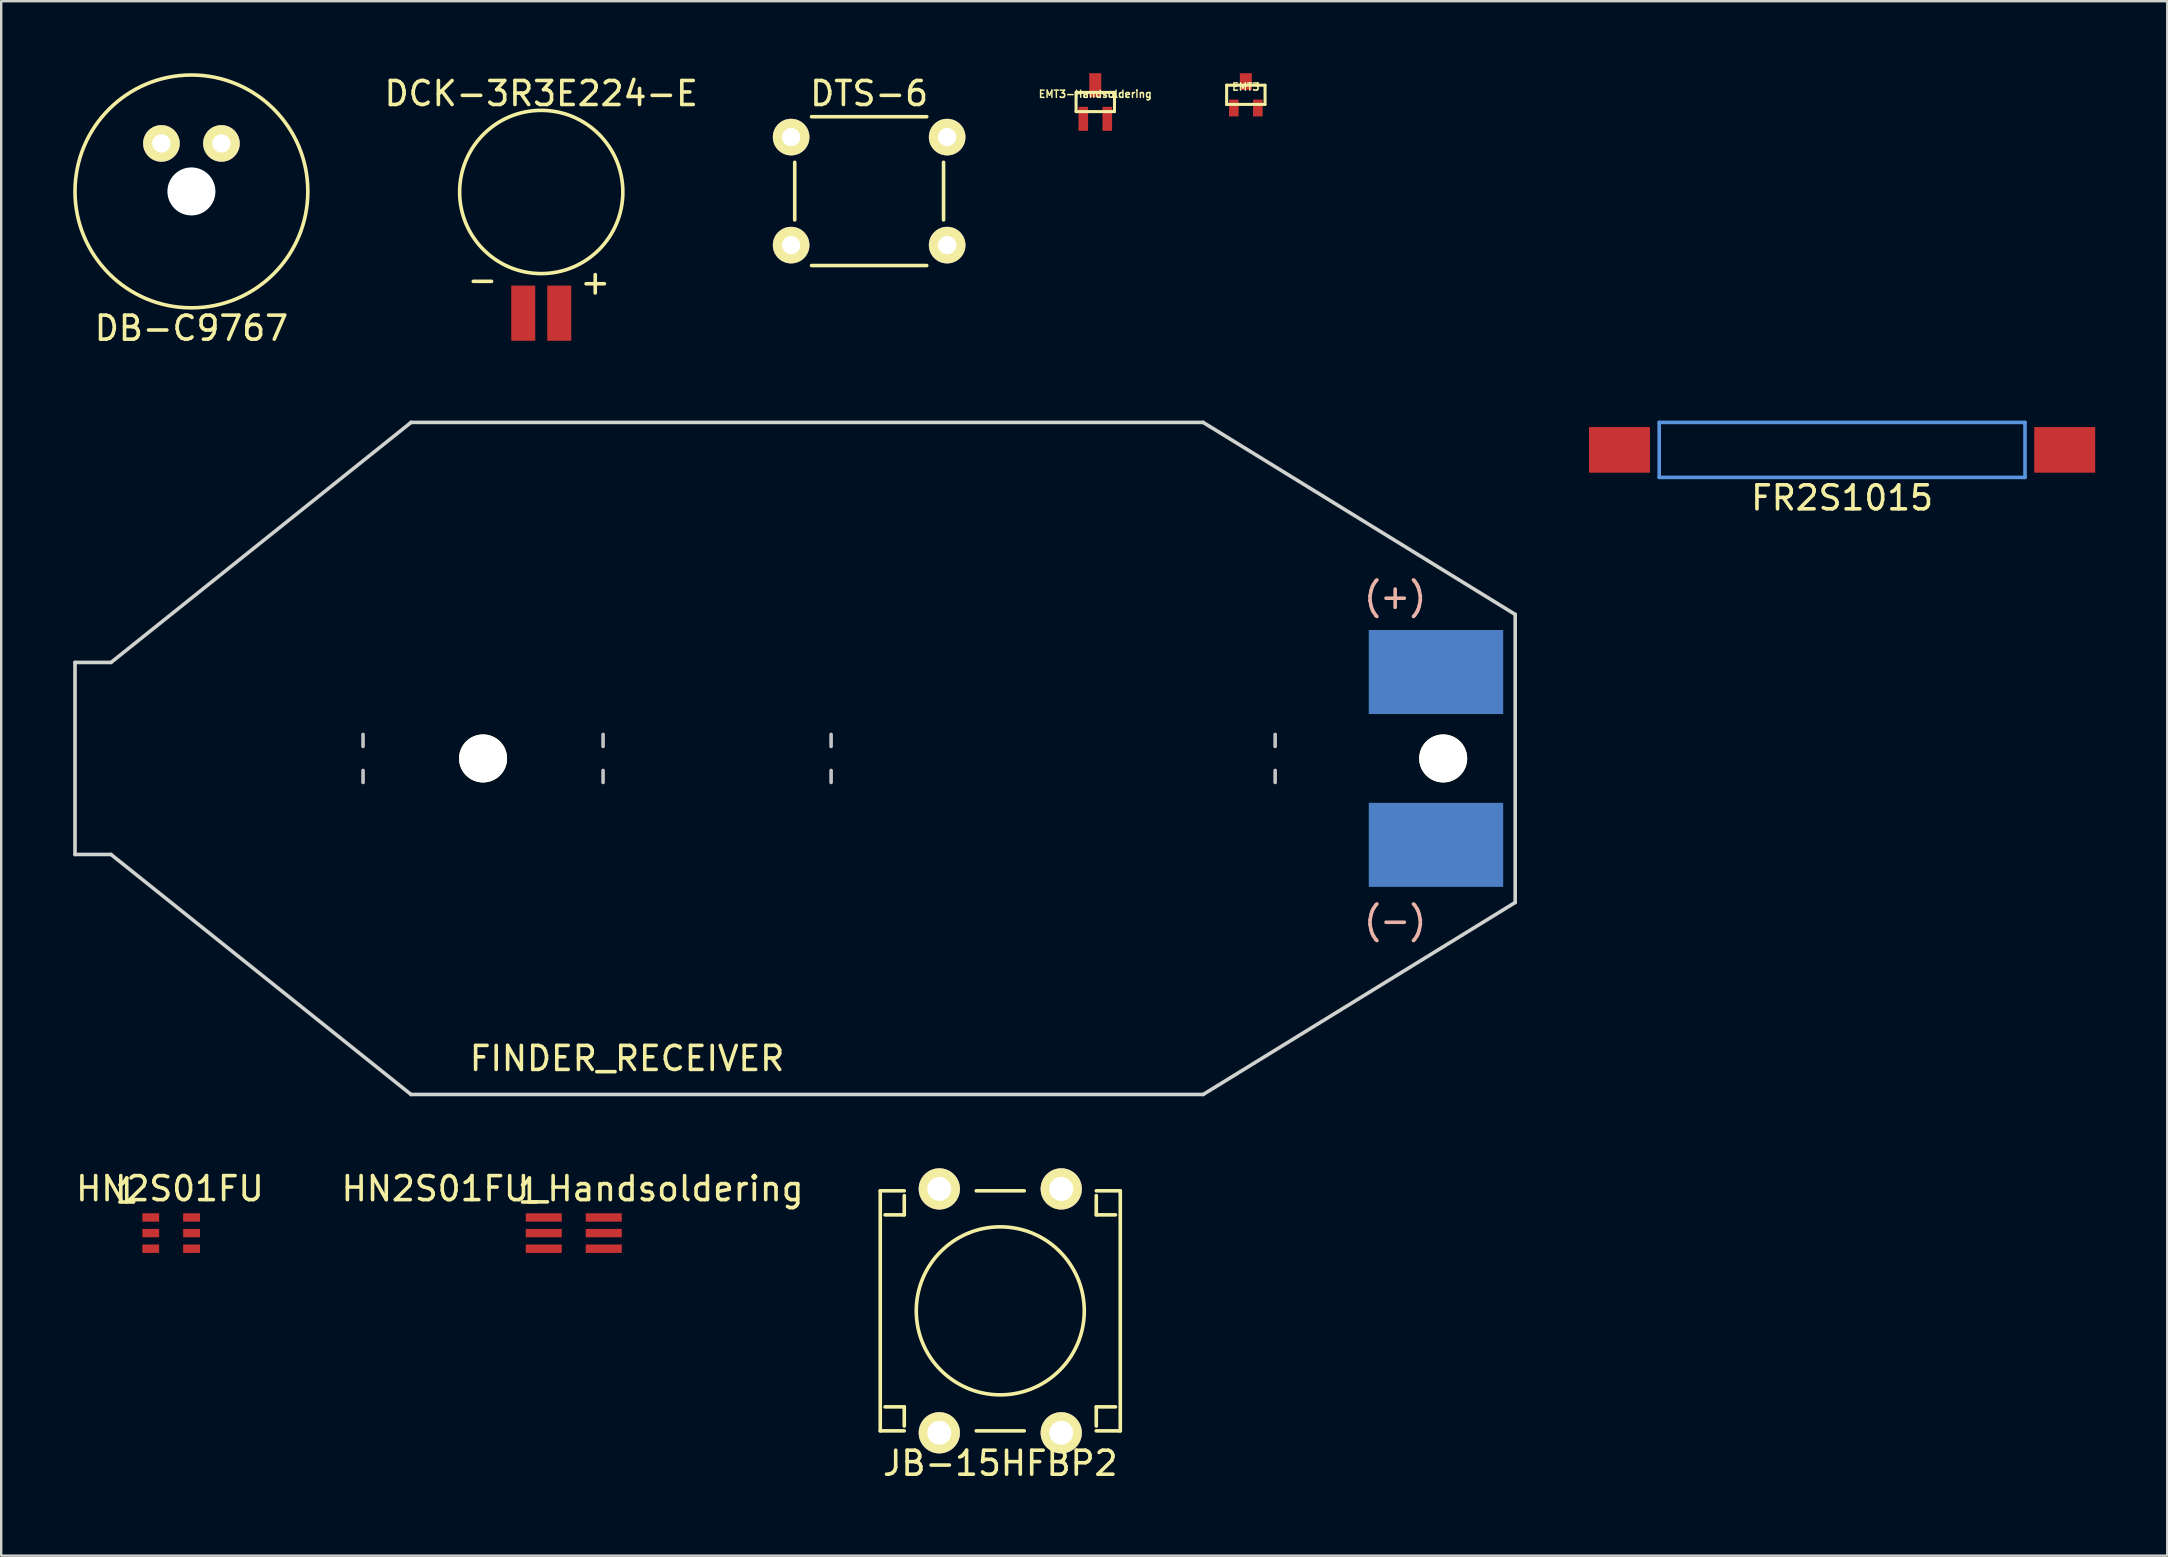
<source format=kicad_pcb>
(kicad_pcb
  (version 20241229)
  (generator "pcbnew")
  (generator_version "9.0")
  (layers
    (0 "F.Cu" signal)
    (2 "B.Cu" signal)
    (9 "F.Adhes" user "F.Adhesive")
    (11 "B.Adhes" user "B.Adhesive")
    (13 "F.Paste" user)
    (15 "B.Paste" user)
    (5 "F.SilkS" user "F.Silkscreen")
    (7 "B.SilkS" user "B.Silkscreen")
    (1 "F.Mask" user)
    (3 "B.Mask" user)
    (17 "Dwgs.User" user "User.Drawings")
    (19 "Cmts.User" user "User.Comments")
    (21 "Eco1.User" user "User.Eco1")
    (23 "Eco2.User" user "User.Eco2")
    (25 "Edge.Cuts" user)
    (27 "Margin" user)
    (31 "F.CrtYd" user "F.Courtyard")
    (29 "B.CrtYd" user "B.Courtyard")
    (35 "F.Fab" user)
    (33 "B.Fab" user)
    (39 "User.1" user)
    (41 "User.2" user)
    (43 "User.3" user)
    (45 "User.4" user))
  (footprint "DCK-3R3E224-E"
    (layer "F.Cu")
    (at 19.499 4.948)
    (property "Reference" "DCK-3R3E224-E" (at 0 -4.1 0) (layer "F.SilkS") (effects (font (size 1 1) (thickness 0.15))))
    (attr through_hole)
    (fp_circle (center 0 0) (end 3.4 0) (stroke (width 0.15) (type solid)) (fill no) (layer "F.SilkS"))
    (fp_text user "-" (at -2.45 3.65 0) (layer "F.SilkS") (effects (font (size 1 1) (thickness 0.15))))
    (fp_text user "+" (at 2.25 3.75 0) (layer "F.SilkS") (effects (font (size 1 1) (thickness 0.15))))
    (pad "1" smd rect (at 0.75 5.05) (size 1 2.3) (layers "F.Cu" "F.Mask" "F.Paste"))
    (pad "2" smd rect (at -0.75 5.05) (size 1 2.3) (layers "F.Cu" "F.Mask" "F.Paste")))
  (footprint "JB-15HFBP2"
    (layer "F.Cu")
    (at 38.623 51.562)
    (property "Reference" "JB-15HFBP2" (at 0 6.35 0) (layer "F.SilkS") (effects (font (size 1 1) (thickness 0.15))))
    (attr through_hole)
    (fp_line (start -5 -5) (end -5 5) (stroke (width 0.15) (type solid)) (layer "F.SilkS"))
    (fp_line (start -5 -5) (end -4 -5) (stroke (width 0.15) (type solid)) (layer "F.SilkS"))
    (fp_line (start -5 5) (end -4 5) (stroke (width 0.15) (type solid)) (layer "F.SilkS"))
    (fp_line (start -4 -4.8) (end -4 -4) (stroke (width 0.15) (type solid)) (layer "F.SilkS"))
    (fp_line (start -4 -4) (end -4.8 -4) (stroke (width 0.15) (type solid)) (layer "F.SilkS"))
    (fp_line (start -4 4) (end -4.8 4) (stroke (width 0.15) (type solid)) (layer "F.SilkS"))
    (fp_line (start -4 4.8) (end -4 4) (stroke (width 0.15) (type solid)) (layer "F.SilkS"))
    (fp_line (start -1 -5) (end 1 -5) (stroke (width 0.15) (type solid)) (layer "F.SilkS"))
    (fp_line (start -1 5) (end 1 5) (stroke (width 0.15) (type solid)) (layer "F.SilkS"))
    (fp_line (start 4 -5) (end 5 -5) (stroke (width 0.15) (type solid)) (layer "F.SilkS"))
    (fp_line (start 4 -4.8) (end 4 -4) (stroke (width 0.15) (type solid)) (layer "F.SilkS"))
    (fp_line (start 4 -4) (end 4.8 -4) (stroke (width 0.15) (type solid)) (layer "F.SilkS"))
    (fp_line (start 4 4) (end 4.8 4) (stroke (width 0.15) (type solid)) (layer "F.SilkS"))
    (fp_line (start 4 4.8) (end 4 4) (stroke (width 0.15) (type solid)) (layer "F.SilkS"))
    (fp_line (start 4 5) (end 5 5) (stroke (width 0.15) (type solid)) (layer "F.SilkS"))
    (fp_line (start 5 -5) (end 5 5) (stroke (width 0.15) (type solid)) (layer "F.SilkS"))
    (fp_circle (center 0 0) (end 0 -3.5) (stroke (width 0.15) (type solid)) (fill no) (layer "F.SilkS"))
    (pad "1" thru_hole circle (at 2.54 -5.08) (size 1.718 1.718) (drill 1) (layers "*.Cu" "*.Mask" "F.SilkS"))
    (pad "1" thru_hole circle (at 2.54 5.08) (size 1.718 1.718) (drill 1) (layers "*.Cu" "*.Mask" "F.SilkS"))
    (pad "2" thru_hole circle (at -2.54 -5.08) (size 1.718 1.718) (drill 1) (layers "*.Cu" "*.Mask" "F.SilkS"))
    (pad "2" thru_hole circle (at -2.54 5.08) (size 1.718 1.718) (drill 1) (layers "*.Cu" "*.Mask" "F.SilkS")))
  (footprint "DB-C9767"
    (layer "F.Cu")
    (at 4.925 4.925)
    (property "Reference" "DB-C9767" (at 0 5.7 0) (layer "F.SilkS") (effects (font (size 1 1) (thickness 0.15))))
    (attr through_hole)
    (fp_circle (center 0 0) (end 4.85 0) (stroke (width 0.15) (type solid)) (fill no) (layer "F.SilkS"))
    (pad "" np_thru_hole circle (at 0 0) (size 2 2) (drill 2) (layers "*.Cu" "*.Mask"))
    (pad "1" thru_hole circle (at 1.25 -2) (size 1.524 1.524) (drill 0.762) (layers "*.Cu" "*.Mask" "F.SilkS"))
    (pad "2" thru_hole circle (at -1.25 -2) (size 1.524 1.524) (drill 0.762) (layers "*.Cu" "*.Mask" "F.SilkS")))
  (footprint "DTS-6"
    (layer "F.Cu")
    (at 33.16 4.912)
    (property "Reference" "DTS-6" (at 0 -4.064 0) (layer "F.SilkS") (effects (font (size 1 1) (thickness 0.15))))
    (attr through_hole)
    (fp_line (start -3.1 -1.2) (end -3.1 1.2) (stroke (width 0.15) (type solid)) (layer "F.SilkS"))
    (fp_line (start -2.4 -3.1) (end 2.4 -3.1) (stroke (width 0.15) (type solid)) (layer "F.SilkS"))
    (fp_line (start -2.4 3.1) (end 2.4 3.1) (stroke (width 0.15) (type solid)) (layer "F.SilkS"))
    (fp_line (start 3.1 -1.2) (end 3.1 1.2) (stroke (width 0.15) (type solid)) (layer "F.SilkS"))
    (pad "1" thru_hole circle (at -3.25 -2.25) (size 1.524 1.524) (drill 0.762) (layers "*.Cu" "*.Mask" "F.SilkS"))
    (pad "1" thru_hole circle (at 3.25 -2.25) (size 1.524 1.524) (drill 0.762) (layers "*.Cu" "*.Mask" "F.SilkS"))
    (pad "2" thru_hole circle (at -3.25 2.25) (size 1.524 1.524) (drill 0.762) (layers "*.Cu" "*.Mask" "F.SilkS"))
    (pad "2" thru_hole circle (at 3.25 2.25) (size 1.524 1.524) (drill 0.762) (layers "*.Cu" "*.Mask" "F.SilkS")))
  (footprint "FINDER_RECEIVER"
    (layer "F.Cu")
    (at 37.075 28.548)
    (property "Reference" "FINDER_RECEIVER" (at -14 12.5 0) (layer "F.SilkS") (effects (font (size 1 1) (thickness 0.15))))
    (attr through_hole)
    (fp_line (start -25 -0.5) (end -25 -1) (stroke (width 0.15) (type solid)) (layer "Dwgs.User"))
    (fp_line (start -25 0.5) (end -25 1) (stroke (width 0.15) (type solid)) (layer "Dwgs.User"))
    (fp_line (start -15 -0.5) (end -15 -1) (stroke (width 0.15) (type solid)) (layer "Dwgs.User"))
    (fp_line (start -15 0.5) (end -15 1) (stroke (width 0.15) (type solid)) (layer "Dwgs.User"))
    (fp_line (start -5.5 -0.5) (end -5.5 -1) (stroke (width 0.15) (type solid)) (layer "Dwgs.User"))
    (fp_line (start -5.5 0.5) (end -5.5 1) (stroke (width 0.15) (type solid)) (layer "Dwgs.User"))
    (fp_line (start 13 -0.5) (end 13 -1) (stroke (width 0.15) (type solid)) (layer "Dwgs.User"))
    (fp_line (start 13 0.5) (end 13 1) (stroke (width 0.15) (type solid)) (layer "Dwgs.User"))
    (fp_line (start -37 -4) (end -35.5 -4) (stroke (width 0.15) (type solid)) (layer "Edge.Cuts"))
    (fp_line (start -37 4) (end -37 -4) (stroke (width 0.15) (type solid)) (layer "Edge.Cuts"))
    (fp_line (start -35.5 -4) (end -23 -14) (stroke (width 0.15) (type solid)) (layer "Edge.Cuts"))
    (fp_line (start -35.5 4) (end -37 4) (stroke (width 0.15) (type solid)) (layer "Edge.Cuts"))
    (fp_line (start -23 -14) (end 10 -14) (stroke (width 0.15) (type solid)) (layer "Edge.Cuts"))
    (fp_line (start -23 14) (end -35.5 4) (stroke (width 0.15) (type solid)) (layer "Edge.Cuts"))
    (fp_line (start 10 -14) (end 23 -6) (stroke (width 0.15) (type solid)) (layer "Edge.Cuts"))
    (fp_line (start 10 14) (end -23 14) (stroke (width 0.15) (type solid)) (layer "Edge.Cuts"))
    (fp_line (start 23 -6) (end 23 6) (stroke (width 0.15) (type solid)) (layer "Edge.Cuts"))
    (fp_line (start 23 6) (end 10 14) (stroke (width 0.15) (type solid)) (layer "Edge.Cuts"))
    (fp_text user "(+)" (at 18 -6.75 0) (layer "B.SilkS") (effects (font (size 1 1) (thickness 0.15)) (justify mirror)))
    (fp_text user "(-)" (at 18 6.75 0) (layer "B.SilkS") (effects (font (size 1 1) (thickness 0.15)) (justify mirror)))
    (pad "" np_thru_hole circle (at -20 0) (size 2 2) (drill 2) (layers "*.Cu" "*.Mask" "F.SilkS"))
    (pad "" np_thru_hole circle (at 20 0) (size 2 2) (drill 2) (layers "*.Cu" "*.Mask" "F.SilkS"))
    (pad "1" smd rect (at 19.7 -3.6) (size 5.6 3.5) (layers "B.Cu" "B.Mask" "B.Paste"))
    (pad "2" smd rect (at 19.7 3.6) (size 5.6 3.5) (layers "B.Cu" "B.Mask" "B.Paste")))
  (footprint "FR2S1015"
    (layer "F.Cu")
    (at 73.695 15.693)
    (property "Reference" "FR2S1015" (at 0 2 0) (layer "F.SilkS") (effects (font (size 1 1) (thickness 0.15))))
    (attr through_hole)
    (fp_line (start -7.62 -1.145) (end 7.62 -1.145) (stroke (width 0.15) (type solid)) (layer "Cmts.User"))
    (fp_line (start -7.62 1.145) (end -7.62 -1.145) (stroke (width 0.15) (type solid)) (layer "Cmts.User"))
    (fp_line (start 7.62 -1.145) (end 7.62 1.145) (stroke (width 0.15) (type solid)) (layer "Cmts.User"))
    (fp_line (start 7.62 1.145) (end -7.62 1.145) (stroke (width 0.15) (type solid)) (layer "Cmts.User"))
    (pad "1" smd rect (at -9.275 0) (size 2.54 1.9) (layers "F.Cu" "F.Mask" "F.Paste"))
    (pad "2" smd rect (at 9.275 0) (size 2.54 1.9) (layers "F.Cu" "F.Mask" "F.Paste")))
  (footprint "EMT3-Handsoldering"
    (layer "F.Cu")
    (at 42.581 1.2)
    (property "Reference" "EMT3-Handsoldering" (at 0 -0.33 0) (layer "F.SilkS") (effects (font (size 0.3 0.3) (thickness 0.061))))
    (attr smd)
    (fp_line (start -0.8 -0.4) (end 0.8 -0.4) (stroke (width 0.127) (type solid)) (layer "F.SilkS"))
    (fp_line (start -0.8 0.4) (end -0.8 -0.4) (stroke (width 0.127) (type solid)) (layer "F.SilkS"))
    (fp_line (start 0.8 -0.4) (end 0.8 0.4) (stroke (width 0.127) (type solid)) (layer "F.SilkS"))
    (fp_line (start 0.8 0.4) (end -0.8 0.4) (stroke (width 0.127) (type solid)) (layer "F.SilkS"))
    (pad "1" smd rect (at 0.5 0.7) (size 0.4 1) (layers "F.Cu" "F.Mask" "F.Paste"))
    (pad "2" smd rect (at -0.5 0.7) (size 0.4 1) (layers "F.Cu" "F.Mask" "F.Paste"))
    (pad "3" smd rect (at 0 -0.7) (size 0.5 1) (layers "F.Cu" "F.Mask" "F.Paste")))
  (footprint "EMT3"
    (layer "F.Cu")
    (at 48.854 0.9)
    (property "Reference" "EMT3" (at 0 -0.33 0) (layer "F.SilkS") (effects (font (size 0.3 0.3) (thickness 0.061))))
    (attr smd)
    (fp_line (start -0.8 -0.4) (end 0.8 -0.4) (stroke (width 0.127) (type solid)) (layer "F.SilkS"))
    (fp_line (start -0.8 0.4) (end -0.8 -0.4) (stroke (width 0.127) (type solid)) (layer "F.SilkS"))
    (fp_line (start 0.8 -0.4) (end 0.8 0.4) (stroke (width 0.127) (type solid)) (layer "F.SilkS"))
    (fp_line (start 0.8 0.4) (end -0.8 0.4) (stroke (width 0.127) (type solid)) (layer "F.SilkS"))
    (pad "D" smd rect (at 0 -0.55) (size 0.5 0.7) (layers "F.Cu" "F.Mask" "F.Paste"))
    (pad "G" smd rect (at -0.5 0.55) (size 0.4 0.7) (layers "F.Cu" "F.Mask" "F.Paste"))
    (pad "S" smd rect (at 0.5 0.55) (size 0.4 0.7) (layers "F.Cu" "F.Mask" "F.Paste")))
  (footprint "HN2S01FU"
    (layer "F.Cu")
    (at 4.08 48.322)
    (property "Reference" "HN2S01FU" (at -0.05 -1.85 0) (layer "F.SilkS") (effects (font (size 1 1) (thickness 0.15))))
    (attr through_hole)
    (fp_text user "1" (at -1.85 -1.75 0) (layer "F.SilkS") (effects (font (size 1 1) (thickness 0.15))))
    (pad "1" smd rect (at -0.85 -0.65) (size 0.7 0.35) (layers "F.Cu" "F.Mask" "F.Paste"))
    (pad "2" smd rect (at -0.85 0) (size 0.7 0.35) (layers "F.Cu" "F.Mask" "F.Paste"))
    (pad "3" smd rect (at -0.85 0.65) (size 0.7 0.35) (layers "F.Cu" "F.Mask" "F.Paste"))
    (pad "4" smd rect (at 0.85 0.65) (size 0.7 0.35) (layers "F.Cu" "F.Mask" "F.Paste"))
    (pad "5" smd rect (at 0.85 0) (size 0.7 0.35) (layers "F.Cu" "F.Mask" "F.Paste"))
    (pad "6" smd rect (at 0.85 -0.65) (size 0.7 0.35) (layers "F.Cu" "F.Mask" "F.Paste")))
  (footprint "HN2S01FU_Handsoldering"
    (layer "F.Cu")
    (at 20.854 48.322)
    (property "Reference" "HN2S01FU_Handsoldering" (at -0.05 -1.85 0) (layer "F.SilkS") (effects (font (size 1 1) (thickness 0.15))))
    (attr through_hole)
    (fp_text user "1" (at -1.85 -1.75 0) (layer "F.SilkS") (effects (font (size 1 1) (thickness 0.15))))
    (pad "1" smd rect (at -1.25 -0.65) (size 1.5 0.35) (layers "F.Cu" "F.Mask" "F.Paste"))
    (pad "2" smd rect (at -1.25 0) (size 1.5 0.35) (layers "F.Cu" "F.Mask" "F.Paste"))
    (pad "3" smd rect (at -1.25 0.65) (size 1.5 0.35) (layers "F.Cu" "F.Mask" "F.Paste"))
    (pad "4" smd rect (at 1.25 0.65) (size 1.5 0.35) (layers "F.Cu" "F.Mask" "F.Paste"))
    (pad "5" smd rect (at 1.25 0) (size 1.5 0.35) (layers "F.Cu" "F.Mask" "F.Paste"))
    (pad "6" smd rect (at 1.25 -0.65) (size 1.5 0.35) (layers "F.Cu" "F.Mask" "F.Paste")))
  (gr_rect
    (start -3 -3)
    (end 87.24 61.761)
    (stroke (width 0.1) (type default))
    (fill no)
    (layer "Edge.Cuts")))
</source>
